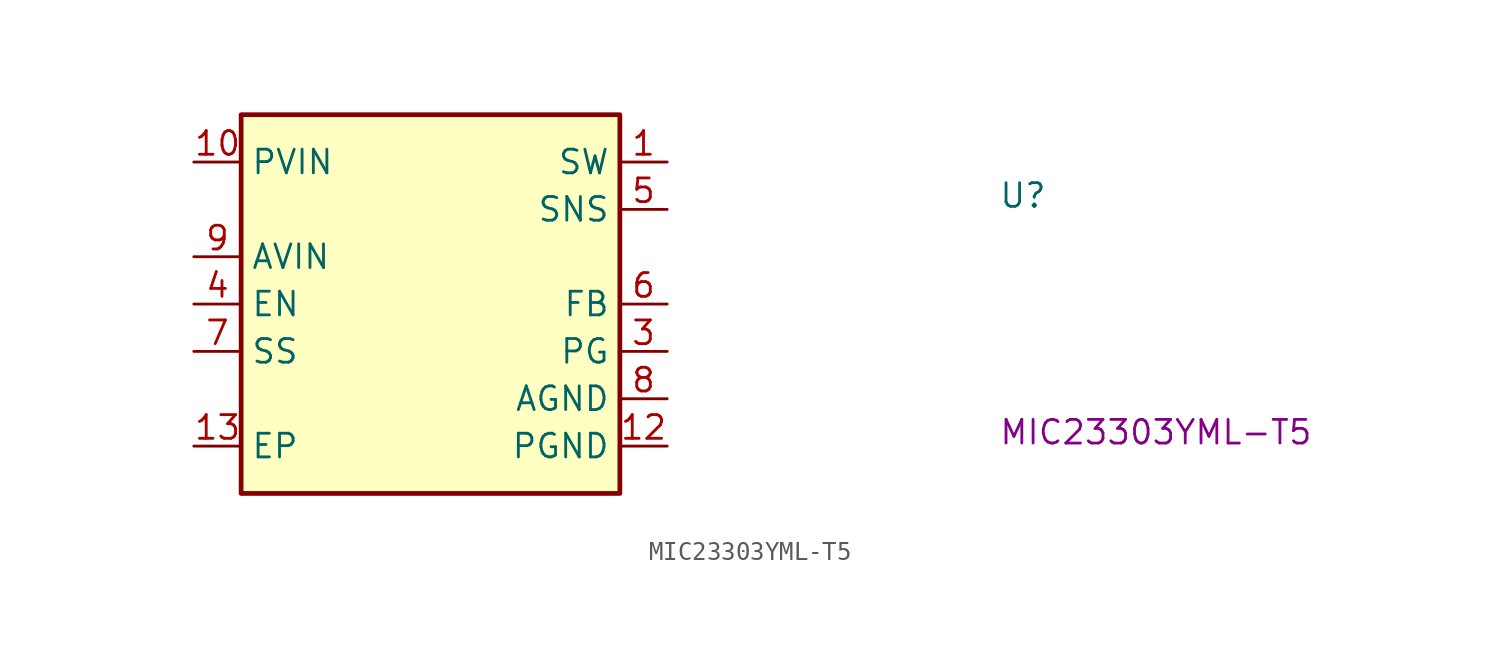
<source format=kicad_sym>
(kicad_symbol_lib
  (version 20211014)
  (generator kicad_symbol_editor)
  (symbol "MIC23303YML-T5"
    (property "Reference" "U"
      (at 43.18 -2.54 0)
      (effects (font (size 1.27 1.27) (thickness 0.15)) (justify left bottom)))
    (property "MPN" "MIC23303YML-T5"
      (at 43.18 -15.24 0)
      (effects (font (size 1.27 1.27) (thickness 0.15)) (justify left bottom)))
    (symbol "MIC23303YML-T5_1_1"
      (rectangle (start 2.54 2.54) (end 22.86 -17.78) (stroke (width 0.254) (type default) (color 0 0 0 0)) (fill (type background)))
      (pin power_out line (at 25.4 0 180) (length 2.54) (name "SW" (effects (font (size 1.27 1.27)))) (number "1" (effects (font (size 1.27 1.27)))))
      (pin power_in line (at 0 0 0) (length 2.54) (name "PVIN" (effects (font (size 1.27 1.27)))) (number "10" (effects (font (size 1.27 1.27)))))
      (pin passive line (at 0 0 0) (length 2.54) hide (name "PVIN" (effects (font (size 1.27 1.27)))) (number "11" (effects (font (size 1.27 1.27)))))
      (pin power_in line (at 25.4 -15.24 180) (length 2.54) (name "PGND" (effects (font (size 1.27 1.27)))) (number "12" (effects (font (size 1.27 1.27)))))
      (pin power_in line (at 0 -15.24 0) (length 2.54) (name "EP" (effects (font (size 1.27 1.27)))) (number "13" (effects (font (size 1.27 1.27)))))
      (pin passive line (at 25.4 0 180) (length 2.54) hide (name "SW" (effects (font (size 1.27 1.27)))) (number "2" (effects (font (size 1.27 1.27)))))
      (pin output line (at 25.4 -10.16 180) (length 2.54) (name "PG" (effects (font (size 1.27 1.27)))) (number "3" (effects (font (size 1.27 1.27)))))
      (pin input line (at 0 -7.62 0) (length 2.54) (name "EN" (effects (font (size 1.27 1.27)))) (number "4" (effects (font (size 1.27 1.27)))))
      (pin input line (at 25.4 -2.54 180) (length 2.54) (name "SNS" (effects (font (size 1.27 1.27)))) (number "5" (effects (font (size 1.27 1.27)))))
      (pin input line (at 25.4 -7.62 180) (length 2.54) (name "FB" (effects (font (size 1.27 1.27)))) (number "6" (effects (font (size 1.27 1.27)))))
      (pin input line (at 0 -10.16 0) (length 2.54) (name "SS" (effects (font (size 1.27 1.27)))) (number "7" (effects (font (size 1.27 1.27)))))
      (pin power_in line (at 25.4 -12.7 180) (length 2.54) (name "AGND" (effects (font (size 1.27 1.27)))) (number "8" (effects (font (size 1.27 1.27)))))
      (pin power_in line (at 0 -5.08 0) (length 2.54) (name "AVIN" (effects (font (size 1.27 1.27)))) (number "9" (effects (font (size 1.27 1.27))))))))
</source>
